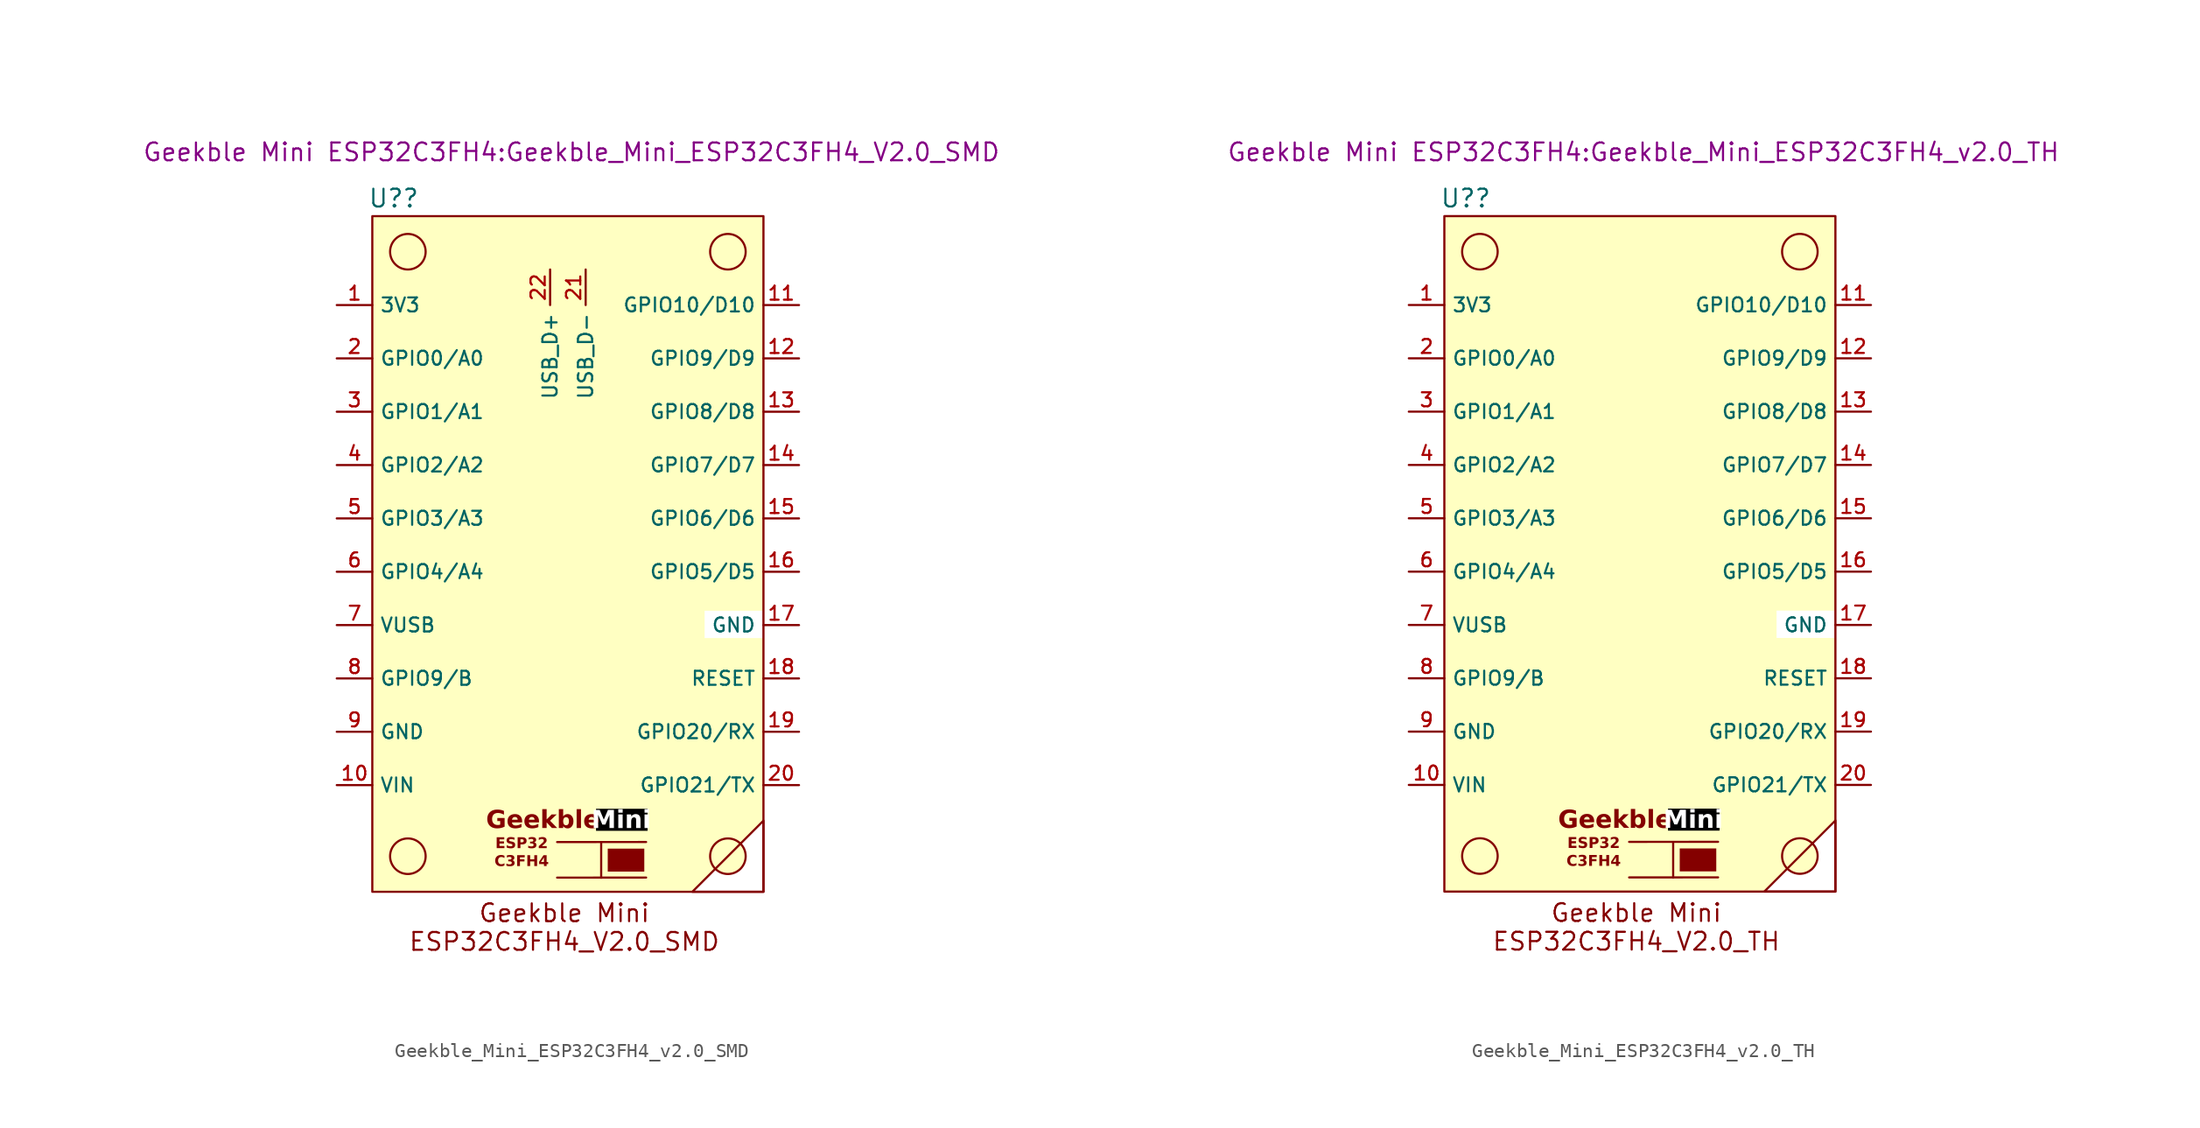
<source format=kicad_sym>
(kicad_symbol_lib
  (version 20241209)
  (generator "kicad_symbol_editor")
  (generator_version "9.0")
  (symbol "Geekble_Mini_ESP32C3FH4_v2.0_SMD"
    (property "Reference" "U?"
      (at -8.636 17.78 0)
      (do_not_autoplace)
      (effects (font (size 1.27 1.27))))
    (property "Footprint" "Geekble Mini ESP32C3FH4:Geekble_Mini_ESP32C3FH4_V2.0_SMD"
      (at 4.064 21.082 0)
      (effects (font (size 1.27 1.27))))
    (symbol "Geekble_Mini_ESP32C3FH4_v2.0_SMD_1_0"
      (pin bidirectional line (at -12.7 6.35 0) (length 2.54) (name "GPIO0/A0" (effects (font (size 1 1)))) (number "2" (effects (font (size 1 1))))))
    (symbol "Geekble_Mini_ESP32C3FH4_v2.0_SMD_1_1"
      (rectangle (start -10.21 -19.268) (end -6.002 -21.22) (stroke (width -0.0001) (type solid)) (fill (type color) (color 255 255 255 1)))
      (rectangle (start -10.16 16.51) (end 17.78 -31.75) (stroke (width 0) (type default)) (fill (type background)))
      (circle (center -7.62 13.97) (radius 1.27) (stroke (width 0) (type default)) (fill (type none)))
      (circle (center -7.62 -29.21) (radius 1.27) (stroke (width 0) (type default)) (fill (type none)))
      (rectangle (start 5.82 -25.821) (end 9.503 -27.395) (stroke (width -0.0001) (type solid)) (fill (type color) (color 0 0 0 1)))
      (polyline (pts (xy 6.188 -28.209) (xy 6.188 -30.749)) (stroke (width 0) (type default)) (fill (type none)))
      (rectangle (start 6.657 -28.667) (end 9.268 -30.307) (stroke (width -0.0001) (type solid)) (fill (type outline)))
      (polyline (pts (xy 9.398 -28.194) (xy 3.041 -28.198)) (stroke (width 0) (type default)) (fill (type none)))
      (polyline (pts (xy 9.398 -30.734) (xy 3.041 -30.738)) (stroke (width 0) (type default)) (fill (type none)))
      (polyline (pts (xy 12.7 -31.75) (xy 17.78 -26.67) (xy 17.78 -31.75) (xy 12.7 -31.75)) (stroke (width 0) (type solid)) (fill (type color) (color 255 255 255 1)))
      (rectangle (start 13.577 -11.675) (end 17.786 -13.627) (stroke (width -0.0001) (type solid)) (fill (type color) (color 255 255 255 1)))
      (circle (center 15.24 13.97) (radius 1.27) (stroke (width 0) (type default)) (fill (type none)))
      (circle (center 15.24 -29.21) (radius 1.27) (stroke (width 0) (type solid)) (fill (type background)))
      (text "ESP32\nC3FH4" (at 0.508 -28.956 0) (effects (font (face "Arial") (size 0.762 0.762) (bold yes))))
      (text "Geekble" (at 2.032 -26.67 0) (effects (font (face "Arial") (size 1.27 1.27) (bold yes))))
      (text "Geekble Mini\nESP32C3FH4_V2.0_SMD\n" (at 3.556 -34.29 0) (effects (font (size 1.27 1.27))))
      (text "Mini" (at 7.62 -26.67 0) (effects (font (face "Arial") (size 1.27 1.27) (bold yes) (color 255 255 255 1))))
      (pin power_out line (at -12.7 10.16 0) (length 2.54) (name "3V3" (effects (font (size 1 1)))) (number "1" (effects (font (size 1 1)))))
      (pin bidirectional line (at -12.7 2.54 0) (length 2.54) (name "GPIO1/A1" (effects (font (size 1 1)))) (number "3" (effects (font (size 1 1)))))
      (pin bidirectional line (at -12.7 -1.27 0) (length 2.54) (name "GPIO2/A2" (effects (font (size 1 1)))) (number "4" (effects (font (size 1 1)))))
      (pin bidirectional line (at -12.7 -5.08 0) (length 2.54) (name "GPIO3/A3" (effects (font (size 1 1)))) (number "5" (effects (font (size 1 1)))))
      (pin bidirectional line (at -12.7 -8.89 0) (length 2.54) (name "GPIO4/A4" (effects (font (size 1 1)))) (number "6" (effects (font (size 1 1)))))
      (pin output line (at -12.7 -12.7 0) (length 2.54) (name "VUSB" (effects (font (size 1 1)))) (number "7" (effects (font (size 1 1)))))
      (pin bidirectional line (at -12.7 -16.51 0) (length 2.54) (name "GPIO9/B" (effects (font (size 1 1)))) (number "8" (effects (font (size 1 1)))))
      (pin passive line (at -12.7 -20.32 0) (length 2.54) (name "GND" (effects (font (size 1 1)))) (number "9" (effects (font (size 1 1)))))
      (pin power_in line (at -12.7 -24.13 0) (length 2.54) (name "VIN" (effects (font (size 1 1)))) (number "10" (effects (font (size 1 1)))))
      (pin bidirectional line (at 2.54 12.7 270) (length 2.54) (name "USB_D+" (effects (font (size 1.016 1.016)))) (number "22" (effects (font (size 1.016 1.016)))))
      (pin bidirectional line (at 5.08 12.7 270) (length 2.54) (name "USB_D-" (effects (font (size 1.016 1.016)))) (number "21" (effects (font (size 1.016 1.016)))))
      (pin bidirectional line (at 20.32 10.16 180) (length 2.54) (name "GPIO10/D10" (effects (font (size 1 1)))) (number "11" (effects (font (size 1 1)))))
      (pin bidirectional line (at 20.32 6.35 180) (length 2.54) (name "GPIO9/D9" (effects (font (size 1 1)))) (number "12" (effects (font (size 1 1)))))
      (pin bidirectional line (at 20.32 2.54 180) (length 2.54) (name "GPIO8/D8" (effects (font (size 1 1)))) (number "13" (effects (font (size 1 1)))))
      (pin bidirectional line (at 20.32 -1.27 180) (length 2.54) (name "GPIO7/D7" (effects (font (size 1 1)))) (number "14" (effects (font (size 1 1)))))
      (pin bidirectional line (at 20.32 -5.08 180) (length 2.54) (name "GPIO6/D6" (effects (font (size 1 1)))) (number "15" (effects (font (size 1 1)))))
      (pin bidirectional line (at 20.32 -8.89 180) (length 2.54) (name "GPIO5/D5" (effects (font (size 1 1)))) (number "16" (effects (font (size 1 1)))))
      (pin passive line (at 20.32 -12.7 180) (length 2.54) (name "GND" (effects (font (size 1 1)))) (number "17" (effects (font (size 1 1)))))
      (pin input line (at 20.32 -16.51 180) (length 2.54) (name "RESET" (effects (font (size 1 1)))) (number "18" (effects (font (size 1 1)))))
      (pin bidirectional line (at 20.32 -20.32 180) (length 2.54) (name "GPIO20/RX" (effects (font (size 1 1)))) (number "19" (effects (font (size 1 1)))))
      (pin bidirectional line (at 20.32 -24.13 180) (length 2.54) (name "GPIO21/TX" (effects (font (size 1 1)))) (number "20" (effects (font (size 1 1)))))))
  (symbol "Geekble_Mini_ESP32C3FH4_v2.0_TH"
    (property "Reference" "U?"
      (at -8.636 17.78 0)
      (do_not_autoplace)
      (effects (font (size 1.27 1.27))))
    (property "Footprint" "Geekble Mini ESP32C3FH4:Geekble_Mini_ESP32C3FH4_v2.0_TH"
      (at 4.064 21.082 0)
      (effects (font (size 1.27 1.27))))
    (symbol "Geekble_Mini_ESP32C3FH4_v2.0_TH_1_0"
      (pin bidirectional line (at -12.7 6.35 0) (length 2.54) (name "GPIO0/A0" (effects (font (size 1 1)))) (number "2" (effects (font (size 1 1))))))
    (symbol "Geekble_Mini_ESP32C3FH4_v2.0_TH_1_1"
      (rectangle (start -10.21 -19.268) (end -6.002 -21.22) (stroke (width -0.0001) (type solid)) (fill (type color) (color 255 255 255 1)))
      (rectangle (start -10.16 16.51) (end 17.78 -31.75) (stroke (width 0) (type default)) (fill (type background)))
      (circle (center -7.62 13.97) (radius 1.27) (stroke (width 0) (type default)) (fill (type none)))
      (circle (center -7.62 -29.21) (radius 1.27) (stroke (width 0) (type default)) (fill (type none)))
      (rectangle (start 5.82 -25.821) (end 9.503 -27.395) (stroke (width -0.0001) (type solid)) (fill (type color) (color 0 0 0 1)))
      (polyline (pts (xy 6.188 -28.209) (xy 6.188 -30.749)) (stroke (width 0) (type default)) (fill (type none)))
      (rectangle (start 6.657 -28.667) (end 9.268 -30.307) (stroke (width -0.0001) (type solid)) (fill (type outline)))
      (polyline (pts (xy 9.398 -28.194) (xy 3.041 -28.198)) (stroke (width 0) (type default)) (fill (type none)))
      (polyline (pts (xy 9.398 -30.734) (xy 3.041 -30.738)) (stroke (width 0) (type default)) (fill (type none)))
      (polyline (pts (xy 12.7 -31.75) (xy 17.78 -26.67) (xy 17.78 -31.75) (xy 12.7 -31.75)) (stroke (width 0) (type solid)) (fill (type color) (color 255 255 255 1)))
      (rectangle (start 13.577 -11.675) (end 17.786 -13.627) (stroke (width -0.0001) (type solid)) (fill (type color) (color 255 255 255 1)))
      (circle (center 15.24 13.97) (radius 1.27) (stroke (width 0) (type default)) (fill (type none)))
      (circle (center 15.24 -29.21) (radius 1.27) (stroke (width 0) (type solid)) (fill (type background)))
      (text "ESP32\nC3FH4" (at 0.508 -28.956 0) (effects (font (face "Arial") (size 0.762 0.762) (bold yes))))
      (text "Geekble" (at 2.032 -26.67 0) (effects (font (face "Arial") (size 1.27 1.27) (bold yes))))
      (text "Geekble Mini\nESP32C3FH4_V2.0_TH\n" (at 3.556 -34.29 0) (effects (font (size 1.27 1.27))))
      (text "Mini" (at 7.62 -26.67 0) (effects (font (face "Arial") (size 1.27 1.27) (bold yes) (color 255 255 255 1))))
      (pin power_out line (at -12.7 10.16 0) (length 2.54) (name "3V3" (effects (font (size 1 1)))) (number "1" (effects (font (size 1 1)))))
      (pin bidirectional line (at -12.7 2.54 0) (length 2.54) (name "GPIO1/A1" (effects (font (size 1 1)))) (number "3" (effects (font (size 1 1)))))
      (pin bidirectional line (at -12.7 -1.27 0) (length 2.54) (name "GPIO2/A2" (effects (font (size 1 1)))) (number "4" (effects (font (size 1 1)))))
      (pin bidirectional line (at -12.7 -5.08 0) (length 2.54) (name "GPIO3/A3" (effects (font (size 1 1)))) (number "5" (effects (font (size 1 1)))))
      (pin bidirectional line (at -12.7 -8.89 0) (length 2.54) (name "GPIO4/A4" (effects (font (size 1 1)))) (number "6" (effects (font (size 1 1)))))
      (pin output line (at -12.7 -12.7 0) (length 2.54) (name "VUSB" (effects (font (size 1 1)))) (number "7" (effects (font (size 1 1)))))
      (pin bidirectional line (at -12.7 -16.51 0) (length 2.54) (name "GPIO9/B" (effects (font (size 1 1)))) (number "8" (effects (font (size 1 1)))))
      (pin passive line (at -12.7 -20.32 0) (length 2.54) (name "GND" (effects (font (size 1 1)))) (number "9" (effects (font (size 1 1)))))
      (pin power_in line (at -12.7 -24.13 0) (length 2.54) (name "VIN" (effects (font (size 1 1)))) (number "10" (effects (font (size 1 1)))))
      (pin bidirectional line (at 20.32 10.16 180) (length 2.54) (name "GPIO10/D10" (effects (font (size 1 1)))) (number "11" (effects (font (size 1 1)))))
      (pin bidirectional line (at 20.32 6.35 180) (length 2.54) (name "GPIO9/D9" (effects (font (size 1 1)))) (number "12" (effects (font (size 1 1)))))
      (pin bidirectional line (at 20.32 2.54 180) (length 2.54) (name "GPIO8/D8" (effects (font (size 1 1)))) (number "13" (effects (font (size 1 1)))))
      (pin bidirectional line (at 20.32 -1.27 180) (length 2.54) (name "GPIO7/D7" (effects (font (size 1 1)))) (number "14" (effects (font (size 1 1)))))
      (pin bidirectional line (at 20.32 -5.08 180) (length 2.54) (name "GPIO6/D6" (effects (font (size 1 1)))) (number "15" (effects (font (size 1 1)))))
      (pin bidirectional line (at 20.32 -8.89 180) (length 2.54) (name "GPIO5/D5" (effects (font (size 1 1)))) (number "16" (effects (font (size 1 1)))))
      (pin passive line (at 20.32 -12.7 180) (length 2.54) (name "GND" (effects (font (size 1 1)))) (number "17" (effects (font (size 1 1)))))
      (pin input line (at 20.32 -16.51 180) (length 2.54) (name "RESET" (effects (font (size 1 1)))) (number "18" (effects (font (size 1 1)))))
      (pin bidirectional line (at 20.32 -20.32 180) (length 2.54) (name "GPIO20/RX" (effects (font (size 1 1)))) (number "19" (effects (font (size 1 1)))))
      (pin bidirectional line (at 20.32 -24.13 180) (length 2.54) (name "GPIO21/TX" (effects (font (size 1 1)))) (number "20" (effects (font (size 1 1))))))))
</source>
